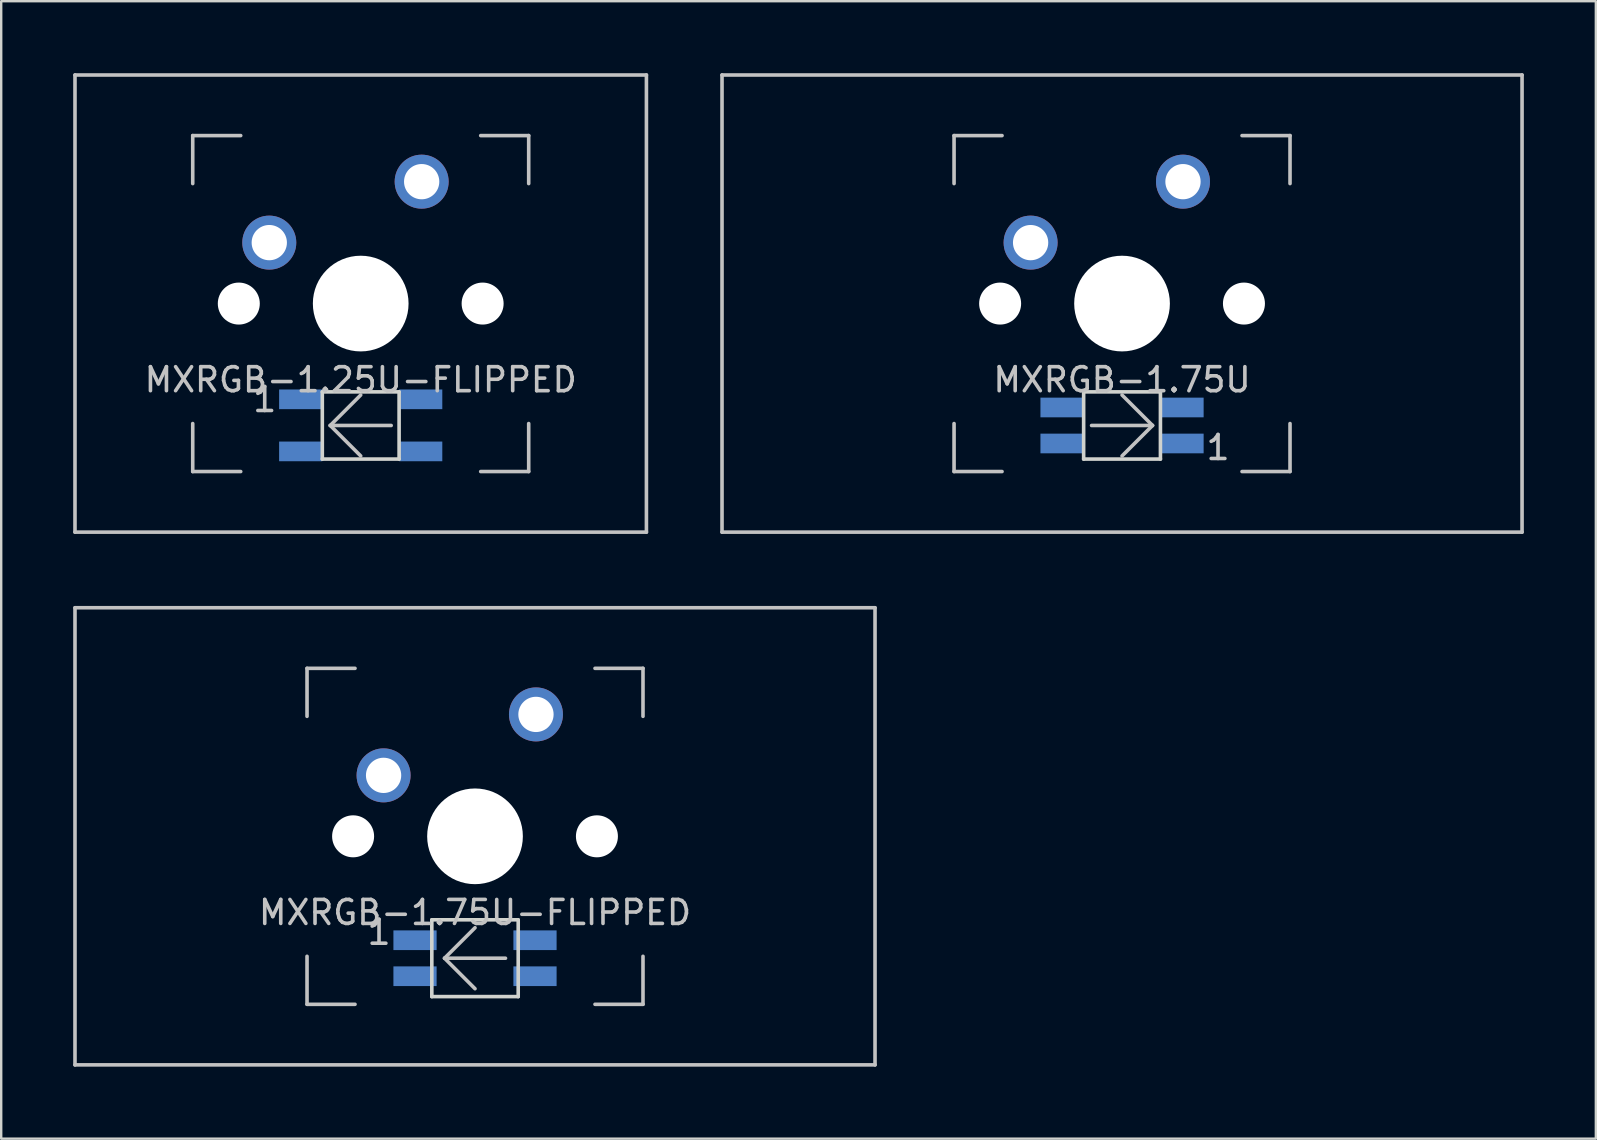
<source format=kicad_pcb>
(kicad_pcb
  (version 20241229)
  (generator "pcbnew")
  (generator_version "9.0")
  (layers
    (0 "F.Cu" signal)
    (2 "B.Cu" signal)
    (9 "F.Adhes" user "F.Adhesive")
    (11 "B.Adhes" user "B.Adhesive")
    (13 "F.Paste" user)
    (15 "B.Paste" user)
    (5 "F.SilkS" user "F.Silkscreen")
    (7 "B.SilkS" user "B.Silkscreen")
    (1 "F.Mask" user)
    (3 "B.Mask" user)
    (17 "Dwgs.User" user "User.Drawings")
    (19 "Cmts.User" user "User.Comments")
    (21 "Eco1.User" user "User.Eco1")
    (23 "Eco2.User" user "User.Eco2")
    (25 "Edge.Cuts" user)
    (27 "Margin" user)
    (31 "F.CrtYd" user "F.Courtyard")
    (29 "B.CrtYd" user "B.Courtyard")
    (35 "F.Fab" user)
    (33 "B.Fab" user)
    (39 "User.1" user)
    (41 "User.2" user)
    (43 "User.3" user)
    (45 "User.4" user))
  (footprint "MXRGB-1.75U"
    (layer "F.Cu")
    (at 43.706 9.6)
    (property "Reference" "MXRGB-1.75U" (at 0 3.175 0) (layer "Dwgs.User") (effects (font (size 1 1) (thickness 0.15))))
    (attr through_hole)
    (fp_line (start -16.669 -9.525) (end 16.669 -9.525) (stroke (width 0.15) (type solid)) (layer "Dwgs.User"))
    (fp_line (start -16.669 9.525) (end -16.669 -9.525) (stroke (width 0.15) (type solid)) (layer "Dwgs.User"))
    (fp_line (start -16.669 9.525) (end 16.669 9.525) (stroke (width 0.15) (type solid)) (layer "Dwgs.User"))
    (fp_line (start -7 -7) (end -7 -5) (stroke (width 0.15) (type solid)) (layer "Dwgs.User"))
    (fp_line (start -7 5) (end -7 7) (stroke (width 0.15) (type solid)) (layer "Dwgs.User"))
    (fp_line (start -7 7) (end -5 7) (stroke (width 0.15) (type solid)) (layer "Dwgs.User"))
    (fp_line (start -5 -7) (end -7 -7) (stroke (width 0.15) (type solid)) (layer "Dwgs.User"))
    (fp_line (start -1.27 5.08) (end 1.27 5.08) (stroke (width 0.15) (type solid)) (layer "Dwgs.User"))
    (fp_line (start 1.27 5.08) (end 0 3.81) (stroke (width 0.15) (type solid)) (layer "Dwgs.User"))
    (fp_line (start 1.27 5.08) (end 0 6.35) (stroke (width 0.15) (type solid)) (layer "Dwgs.User"))
    (fp_line (start 5 -7) (end 7 -7) (stroke (width 0.15) (type solid)) (layer "Dwgs.User"))
    (fp_line (start 5 7) (end 7 7) (stroke (width 0.15) (type solid)) (layer "Dwgs.User"))
    (fp_line (start 7 -7) (end 7 -5) (stroke (width 0.15) (type solid)) (layer "Dwgs.User"))
    (fp_line (start 7 7) (end 7 5) (stroke (width 0.15) (type solid)) (layer "Dwgs.User"))
    (fp_line (start 16.669 -9.525) (end 16.669 9.525) (stroke (width 0.15) (type solid)) (layer "Dwgs.User"))
    (fp_line (start -1.6 3.68) (end -1.6 6.48) (stroke (width 0.15) (type solid)) (layer "Edge.Cuts"))
    (fp_line (start -1.6 3.68) (end 1.6 3.68) (stroke (width 0.15) (type solid)) (layer "Edge.Cuts"))
    (fp_line (start 1.6 3.68) (end 1.6 6.48) (stroke (width 0.15) (type solid)) (layer "Edge.Cuts"))
    (fp_line (start 1.6 6.48) (end -1.6 6.48) (stroke (width 0.15) (type solid)) (layer "Edge.Cuts"))
    (fp_text user "1" (at 4 6 0) (layer "Dwgs.User") (effects (font (size 1 1) (thickness 0.15))))
    (pad "" np_thru_hole circle (at -5.08 0 48.1) (size 1.75 1.75) (drill 1.75) (layers "*.Cu" "*.Mask"))
    (pad "" np_thru_hole circle (at 0 0) (size 3.988 3.988) (drill 3.988) (layers "*.Cu" "*.Mask"))
    (pad "" np_thru_hole circle (at 5.08 0 48.1) (size 1.75 1.75) (drill 1.75) (layers "*.Cu" "*.Mask"))
    (pad "1" thru_hole circle (at -3.81 -2.54) (size 2.25 2.25) (drill 1.47) (layers "*.Cu" "B.Mask"))
    (pad "2" thru_hole circle (at 2.54 -5.08) (size 2.25 2.25) (drill 1.47) (layers "*.Cu" "B.Mask"))
    (pad "3" smd rect (at 2.5 5.83) (size 1.8 0.82) (layers "B.Cu" "B.Mask" "B.Paste"))
    (pad "4" smd rect (at 2.5 4.33) (size 1.8 0.82) (layers "B.Cu" "B.Mask" "B.Paste"))
    (pad "5" smd rect (at -2.5 4.33) (size 1.8 0.82) (layers "B.Cu" "B.Mask" "B.Paste"))
    (pad "6" smd rect (at -2.5 5.83) (size 1.8 0.82) (layers "B.Cu" "B.Mask" "B.Paste")))
  (footprint "MXRGB-1.25U-FLIPPED"
    (layer "F.Cu")
    (at 11.981 9.6)
    (property "Reference" "MXRGB-1.25U-FLIPPED" (at 0 3.175 0) (layer "Dwgs.User") (effects (font (size 1 1) (thickness 0.15))))
    (attr through_hole)
    (fp_line (start -11.906 -9.525) (end 11.906 -9.525) (stroke (width 0.15) (type solid)) (layer "Dwgs.User"))
    (fp_line (start -11.906 9.525) (end -11.906 -9.525) (stroke (width 0.15) (type solid)) (layer "Dwgs.User"))
    (fp_line (start -11.906 9.525) (end 11.906 9.525) (stroke (width 0.15) (type solid)) (layer "Dwgs.User"))
    (fp_line (start -7 -7) (end -7 -5) (stroke (width 0.15) (type solid)) (layer "Dwgs.User"))
    (fp_line (start -7 5) (end -7 7) (stroke (width 0.15) (type solid)) (layer "Dwgs.User"))
    (fp_line (start -7 7) (end -5 7) (stroke (width 0.15) (type solid)) (layer "Dwgs.User"))
    (fp_line (start -5 -7) (end -7 -7) (stroke (width 0.15) (type solid)) (layer "Dwgs.User"))
    (fp_line (start -1.27 5.08) (end 0 3.81) (stroke (width 0.15) (type solid)) (layer "Dwgs.User"))
    (fp_line (start -1.27 5.08) (end 0 6.35) (stroke (width 0.15) (type solid)) (layer "Dwgs.User"))
    (fp_line (start -1.27 5.08) (end 1.27 5.08) (stroke (width 0.15) (type solid)) (layer "Dwgs.User"))
    (fp_line (start 5 -7) (end 7 -7) (stroke (width 0.15) (type solid)) (layer "Dwgs.User"))
    (fp_line (start 5 7) (end 7 7) (stroke (width 0.15) (type solid)) (layer "Dwgs.User"))
    (fp_line (start 7 -7) (end 7 -5) (stroke (width 0.15) (type solid)) (layer "Dwgs.User"))
    (fp_line (start 7 7) (end 7 5) (stroke (width 0.15) (type solid)) (layer "Dwgs.User"))
    (fp_line (start 11.906 -9.525) (end 11.906 9.525) (stroke (width 0.15) (type solid)) (layer "Dwgs.User"))
    (fp_line (start -1.6 3.68) (end -1.6 6.48) (stroke (width 0.15) (type solid)) (layer "Edge.Cuts"))
    (fp_line (start -1.6 3.68) (end 1.6 3.68) (stroke (width 0.15) (type solid)) (layer "Edge.Cuts"))
    (fp_line (start 1.6 3.68) (end 1.6 6.48) (stroke (width 0.15) (type solid)) (layer "Edge.Cuts"))
    (fp_line (start 1.6 6.48) (end -1.6 6.48) (stroke (width 0.15) (type solid)) (layer "Edge.Cuts"))
    (fp_text user "1" (at -4 4 0) (layer "Dwgs.User") (effects (font (size 1 1) (thickness 0.15))))
    (pad "" np_thru_hole circle (at -5.08 0 48.1) (size 1.75 1.75) (drill 1.75) (layers "*.Cu" "*.Mask"))
    (pad "" np_thru_hole circle (at 0 0) (size 3.988 3.988) (drill 3.988) (layers "*.Cu" "*.Mask"))
    (pad "" np_thru_hole circle (at 5.08 0 48.1) (size 1.75 1.75) (drill 1.75) (layers "*.Cu" "*.Mask"))
    (pad "1" thru_hole circle (at -3.81 -2.54) (size 2.25 2.25) (drill 1.47) (layers "*.Cu" "B.Mask"))
    (pad "2" thru_hole circle (at 2.54 -5.08) (size 2.25 2.25) (drill 1.47) (layers "*.Cu" "B.Mask"))
    (pad "3" smd rect (at -2.5 3.99) (size 1.8 0.82) (layers "B.Cu" "B.Mask" "B.Paste"))
    (pad "4" smd rect (at -2.5 6.16) (size 1.8 0.82) (layers "B.Cu" "B.Mask" "B.Paste"))
    (pad "5" smd rect (at 2.5 6.16) (size 1.8 0.82) (layers "B.Cu" "B.Mask" "B.Paste"))
    (pad "6" smd rect (at 2.5 3.99) (size 1.8 0.82) (layers "B.Cu" "B.Mask" "B.Paste")))
  (footprint "MXRGB-1.75U-FLIPPED"
    (layer "F.Cu")
    (at 16.744 31.8)
    (property "Reference" "MXRGB-1.75U-FLIPPED" (at 0 3.175 0) (layer "Dwgs.User") (effects (font (size 1 1) (thickness 0.15))))
    (attr through_hole)
    (fp_line (start -16.669 -9.525) (end 16.669 -9.525) (stroke (width 0.15) (type solid)) (layer "Dwgs.User"))
    (fp_line (start -16.669 9.525) (end -16.669 -9.525) (stroke (width 0.15) (type solid)) (layer "Dwgs.User"))
    (fp_line (start -16.669 9.525) (end 16.669 9.525) (stroke (width 0.15) (type solid)) (layer "Dwgs.User"))
    (fp_line (start -7 -7) (end -7 -5) (stroke (width 0.15) (type solid)) (layer "Dwgs.User"))
    (fp_line (start -7 5) (end -7 7) (stroke (width 0.15) (type solid)) (layer "Dwgs.User"))
    (fp_line (start -7 7) (end -5 7) (stroke (width 0.15) (type solid)) (layer "Dwgs.User"))
    (fp_line (start -5 -7) (end -7 -7) (stroke (width 0.15) (type solid)) (layer "Dwgs.User"))
    (fp_line (start -1.27 5.08) (end 0 3.81) (stroke (width 0.15) (type solid)) (layer "Dwgs.User"))
    (fp_line (start -1.27 5.08) (end 0 6.35) (stroke (width 0.15) (type solid)) (layer "Dwgs.User"))
    (fp_line (start -1.27 5.08) (end 1.27 5.08) (stroke (width 0.15) (type solid)) (layer "Dwgs.User"))
    (fp_line (start 5 -7) (end 7 -7) (stroke (width 0.15) (type solid)) (layer "Dwgs.User"))
    (fp_line (start 5 7) (end 7 7) (stroke (width 0.15) (type solid)) (layer "Dwgs.User"))
    (fp_line (start 7 -7) (end 7 -5) (stroke (width 0.15) (type solid)) (layer "Dwgs.User"))
    (fp_line (start 7 7) (end 7 5) (stroke (width 0.15) (type solid)) (layer "Dwgs.User"))
    (fp_line (start 16.669 -9.525) (end 16.669 9.525) (stroke (width 0.15) (type solid)) (layer "Dwgs.User"))
    (fp_line (start -1.8 3.48) (end -1.8 6.68) (stroke (width 0.15) (type solid)) (layer "Edge.Cuts"))
    (fp_line (start -1.8 3.48) (end 1.8 3.48) (stroke (width 0.15) (type solid)) (layer "Edge.Cuts"))
    (fp_line (start 1.8 3.48) (end 1.8 6.68) (stroke (width 0.15) (type solid)) (layer "Edge.Cuts"))
    (fp_line (start 1.8 6.68) (end -1.8 6.68) (stroke (width 0.15) (type solid)) (layer "Edge.Cuts"))
    (fp_text user "1" (at -4 4 0) (layer "Dwgs.User") (effects (font (size 1 1) (thickness 0.15))))
    (pad "" np_thru_hole circle (at -5.08 0 48.1) (size 1.75 1.75) (drill 1.75) (layers "*.Cu" "*.Mask"))
    (pad "" np_thru_hole circle (at 0 0) (size 3.988 3.988) (drill 3.988) (layers "*.Cu" "*.Mask"))
    (pad "" np_thru_hole circle (at 5.08 0 48.1) (size 1.75 1.75) (drill 1.75) (layers "*.Cu" "*.Mask"))
    (pad "1" thru_hole circle (at -3.81 -2.54) (size 2.25 2.25) (drill 1.47) (layers "*.Cu" "B.Mask"))
    (pad "2" thru_hole circle (at 2.54 -5.08) (size 2.25 2.25) (drill 1.47) (layers "*.Cu" "B.Mask"))
    (pad "3" smd rect (at -2.5 4.33) (size 1.8 0.82) (layers "B.Cu" "B.Mask" "B.Paste"))
    (pad "4" smd rect (at -2.5 5.83) (size 1.8 0.82) (layers "B.Cu" "B.Mask" "B.Paste"))
    (pad "5" smd rect (at 2.5 5.83) (size 1.8 0.82) (layers "B.Cu" "B.Mask" "B.Paste"))
    (pad "6" smd rect (at 2.5 4.33) (size 1.8 0.82) (layers "B.Cu" "B.Mask" "B.Paste")))
  (gr_rect
    (start -3 -3)
    (end 63.45 44.4)
    (stroke (width 0.1) (type default))
    (fill no)
    (layer "Edge.Cuts")))
</source>
